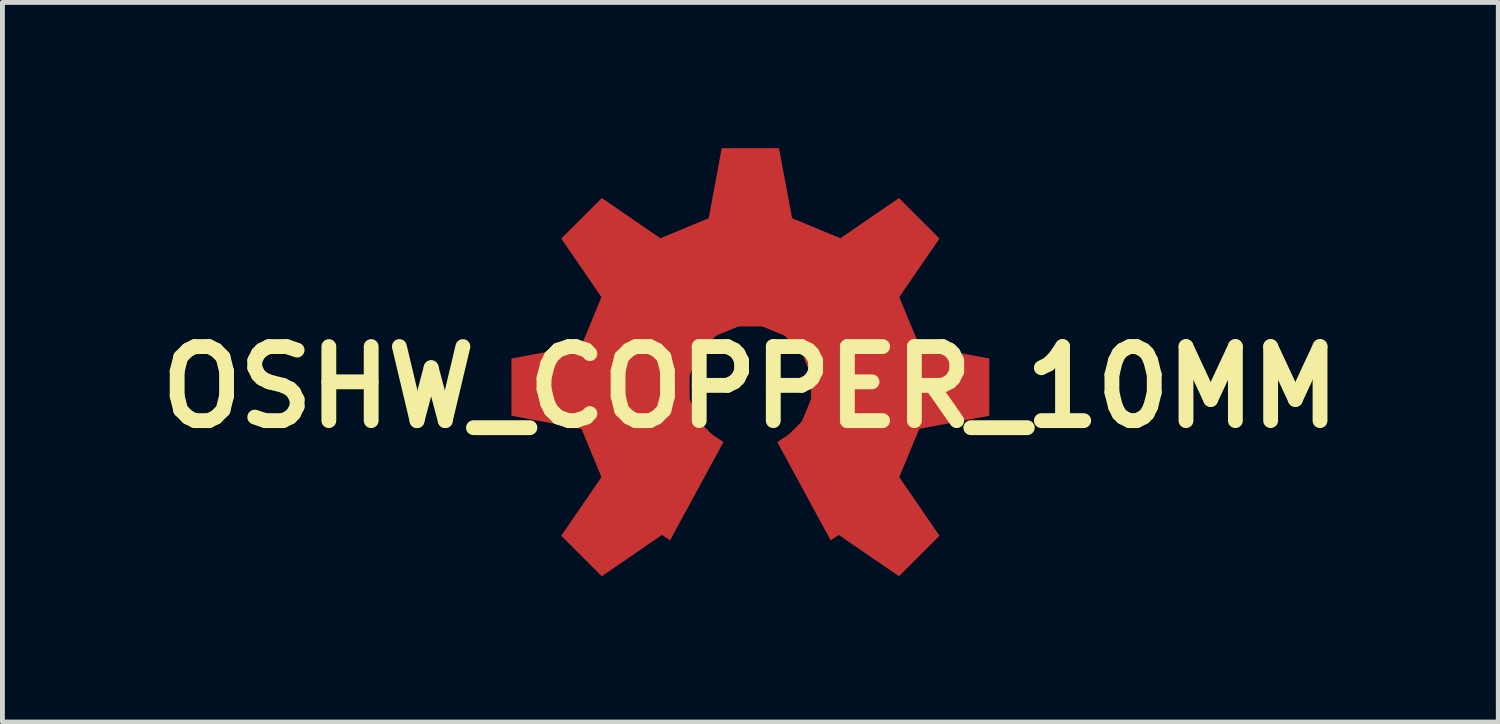
<source format=kicad_pcb>
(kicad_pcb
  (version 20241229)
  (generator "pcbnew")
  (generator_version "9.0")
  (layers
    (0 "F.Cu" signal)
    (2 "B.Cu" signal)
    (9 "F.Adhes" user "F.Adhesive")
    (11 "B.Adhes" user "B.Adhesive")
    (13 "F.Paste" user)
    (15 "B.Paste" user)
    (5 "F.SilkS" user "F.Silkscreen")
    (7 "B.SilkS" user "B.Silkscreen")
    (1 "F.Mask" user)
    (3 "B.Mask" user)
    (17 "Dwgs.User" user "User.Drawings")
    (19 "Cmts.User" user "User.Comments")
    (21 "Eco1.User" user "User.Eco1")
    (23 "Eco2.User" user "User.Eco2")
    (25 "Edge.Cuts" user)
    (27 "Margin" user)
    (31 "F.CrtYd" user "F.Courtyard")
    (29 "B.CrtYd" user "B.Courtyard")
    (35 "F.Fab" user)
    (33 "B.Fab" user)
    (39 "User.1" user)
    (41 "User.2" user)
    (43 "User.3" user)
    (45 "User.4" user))
  (footprint "OSHW_COPPER_10MM"
    (layer "F.Cu")
    (at 12.388 4.915)
    (property "Reference" "OSHW_COPPER_10MM" (at 0 0 0) (layer "F.SilkS") (effects (font (size 1.524 1.524) (thickness 0.305))))
    (attr through_hole)
    (pad "" smd trapezoid (at -4.166 0 270) (size 1.458 1.499) (rect_delta 0 -0.279) (layers "F.Cu"))
    (pad "" smd trapezoid (at -2.944 -2.944 225) (size 1.458 1.499) (rect_delta 0 -0.279) (layers "F.Cu"))
    (pad "" smd trapezoid (at -2.944 2.944 315) (size 1.458 1.499) (rect_delta 0 -0.279) (layers "F.Cu"))
    (pad "" smd trapezoid (at -2.395 0 270) (size 1.082 2.291) (rect_delta 0 0.414) (layers "F.Cu"))
    (pad "" smd trapezoid (at -2.212 -0.914 247.5) (size 1.082 2.291) (rect_delta 0 0.414) (layers "F.Cu"))
    (pad "" smd trapezoid (at -2.212 0.914 292.5) (size 1.082 2.291) (rect_delta 0 0.414) (layers "F.Cu"))
    (pad "" smd trapezoid (at -1.692 -1.692 225) (size 1.082 2.291) (rect_delta 0 0.414) (layers "F.Cu"))
    (pad "" smd trapezoid (at -1.692 1.692 315) (size 1.082 2.291) (rect_delta 0 0.414) (layers "F.Cu"))
    (pad "" smd trapezoid (at -1.328 1.991 326.3) (size 0.541 2.291) (rect_delta 0 0.208) (layers "F.Cu"))
    (pad "" smd trapezoid (at -0.914 -2.212 202.5) (size 1.082 2.291) (rect_delta 0 0.414) (layers "F.Cu"))
    (pad "" smd trapezoid (at 0 -4.166 180) (size 1.458 1.499) (rect_delta 0 -0.279) (layers "F.Cu"))
    (pad "" smd trapezoid (at 0 -2.395 180) (size 1.082 2.291) (rect_delta 0 0.414) (layers "F.Cu"))
    (pad "" smd trapezoid (at 0.914 -2.212 157.5) (size 1.082 2.291) (rect_delta 0 0.414) (layers "F.Cu"))
    (pad "" smd trapezoid (at 1.328 1.991 33.7) (size 0.541 2.291) (rect_delta 0 0.208) (layers "F.Cu"))
    (pad "" smd trapezoid (at 1.692 -1.692 135) (size 1.082 2.291) (rect_delta 0 0.414) (layers "F.Cu"))
    (pad "" smd trapezoid (at 1.692 1.692 45) (size 1.082 2.291) (rect_delta 0 0.414) (layers "F.Cu"))
    (pad "" smd trapezoid (at 2.212 -0.914 112.5) (size 1.082 2.291) (rect_delta 0 0.414) (layers "F.Cu"))
    (pad "" smd trapezoid (at 2.212 0.914 67.5) (size 1.082 2.291) (rect_delta 0 0.414) (layers "F.Cu"))
    (pad "" smd trapezoid (at 2.395 0 90) (size 1.082 2.291) (rect_delta 0 0.414) (layers "F.Cu"))
    (pad "" smd trapezoid (at 2.944 -2.944 135) (size 1.458 1.499) (rect_delta 0 -0.279) (layers "F.Cu"))
    (pad "" smd trapezoid (at 2.944 2.944 45) (size 1.458 1.499) (rect_delta 0 -0.279) (layers "F.Cu"))
    (pad "" smd trapezoid (at 4.166 0 90) (size 1.458 1.499) (rect_delta 0 -0.279) (layers "F.Cu")))
  (gr_rect
    (start -3 -3)
    (end 27.776 11.805)
    (stroke (width 0.1) (type default))
    (fill no)
    (layer "Edge.Cuts")))
</source>
